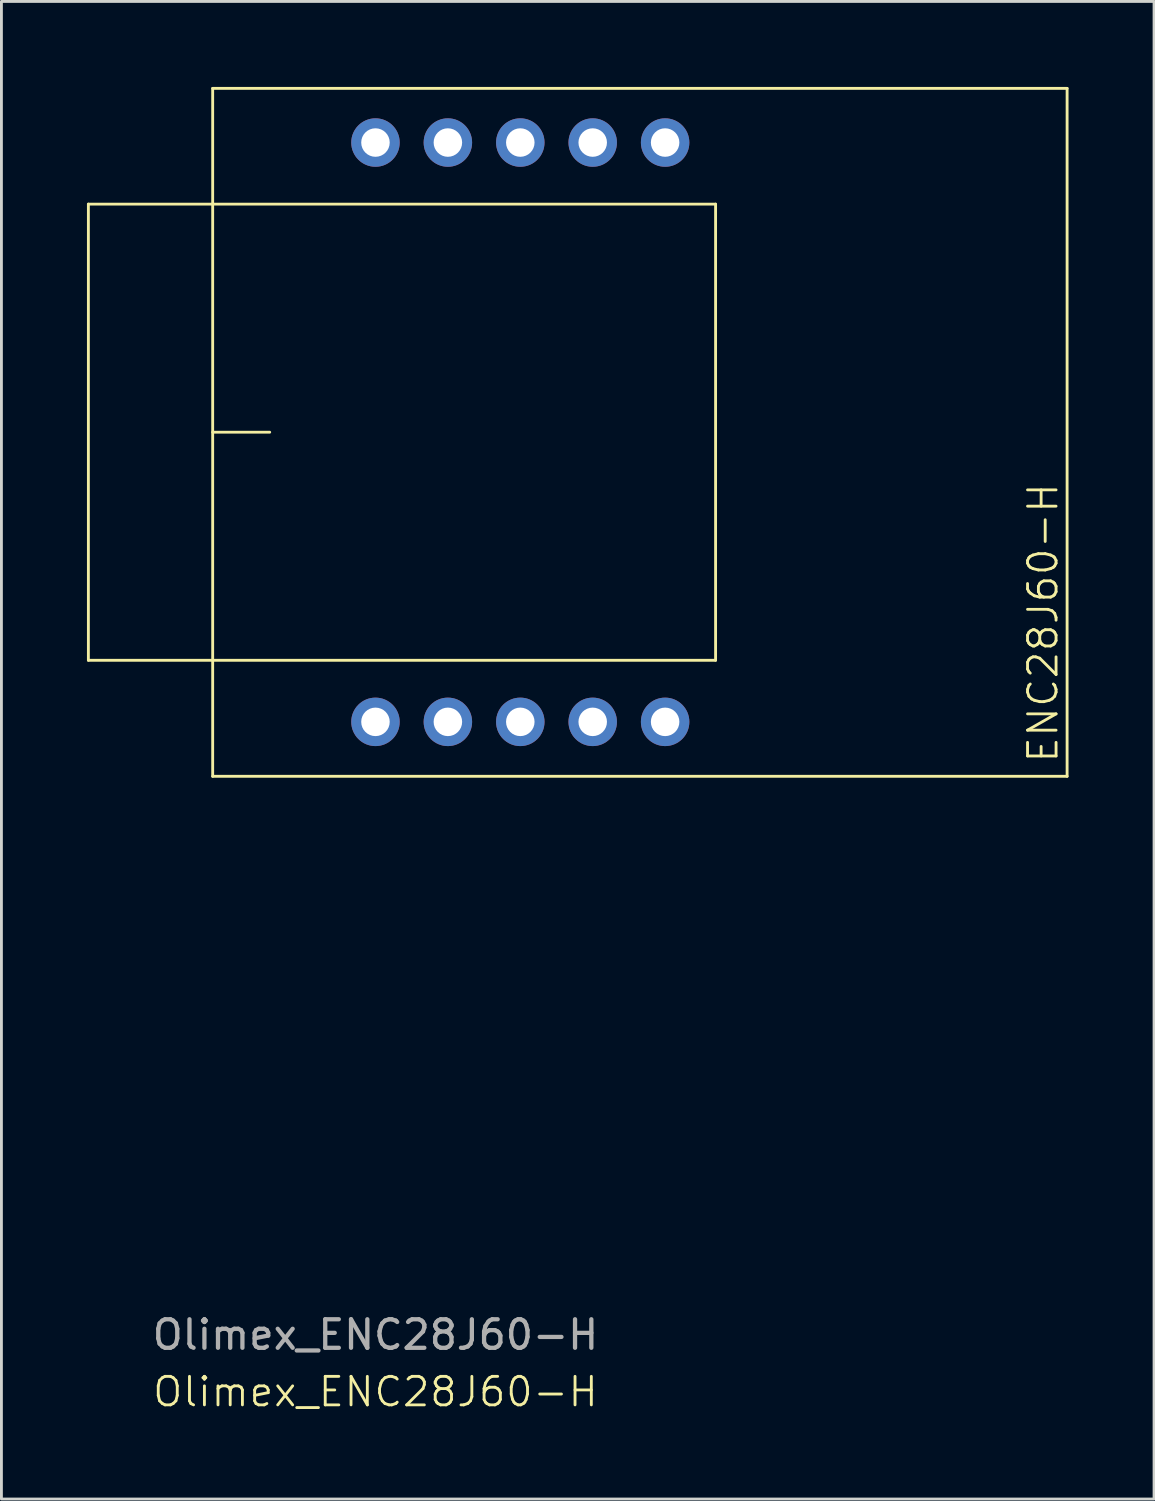
<source format=kicad_pcb>
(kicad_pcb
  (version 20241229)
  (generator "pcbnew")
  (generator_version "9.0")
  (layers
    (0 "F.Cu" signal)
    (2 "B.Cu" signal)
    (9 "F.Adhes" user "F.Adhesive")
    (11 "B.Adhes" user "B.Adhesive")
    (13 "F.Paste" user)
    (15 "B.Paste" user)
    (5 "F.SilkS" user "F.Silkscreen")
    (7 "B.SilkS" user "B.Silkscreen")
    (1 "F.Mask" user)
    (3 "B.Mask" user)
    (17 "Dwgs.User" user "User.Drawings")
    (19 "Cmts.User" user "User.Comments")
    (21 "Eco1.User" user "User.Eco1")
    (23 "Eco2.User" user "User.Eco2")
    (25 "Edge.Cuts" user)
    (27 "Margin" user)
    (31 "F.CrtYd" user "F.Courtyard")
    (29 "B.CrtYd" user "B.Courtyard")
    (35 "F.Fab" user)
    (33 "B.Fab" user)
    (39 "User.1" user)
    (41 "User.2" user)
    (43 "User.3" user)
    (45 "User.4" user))
  (footprint "Olimex_ENC28J60-H"
    (layer "F.Cu")
    (at 10.12 22.27)
    (property "Reference" "Olimex_ENC28J60-H" (at 0 23.5 0) (unlocked yes) (layer "F.SilkS") (effects (font (size 1 1) (thickness 0.1))))
    (attr through_hole)
    (fp_line (start -10.07 -18.16) (end 11.93 -18.16) (stroke (width 0.1) (type default)) (layer "F.SilkS"))
    (fp_line (start -10.07 -2.16) (end -10.07 -18.16) (stroke (width 0.1) (type default)) (layer "F.SilkS"))
    (fp_line (start -10.07 -2.16) (end 11.93 -2.16) (stroke (width 0.1) (type default)) (layer "F.SilkS"))
    (fp_line (start -5.71 -22.22) (end -5.71 1.91) (stroke (width 0.1) (type default)) (layer "F.SilkS"))
    (fp_line (start -5.71 -10.16) (end -3.71 -10.16) (stroke (width 0.1) (type default)) (layer "F.SilkS"))
    (fp_line (start -5.71 1.91) (end 24.26 1.91) (stroke (width 0.1) (type default)) (layer "F.SilkS"))
    (fp_line (start 11.93 -18.16) (end 11.93 -2.16) (stroke (width 0.1) (type default)) (layer "F.SilkS"))
    (fp_line (start 24.26 -22.22) (end -5.71 -22.22) (stroke (width 0.1) (type default)) (layer "F.SilkS"))
    (fp_line (start 24.26 1.91) (end 24.26 -22.22) (stroke (width 0.1) (type default)) (layer "F.SilkS"))
    (fp_text user "ENC28J60-H" (at 24 1.5 90) (unlocked yes) (layer "F.SilkS") (effects (font (size 1 1) (thickness 0.1)) (justify left bottom)))
    (fp_text user "${REFERENCE}" (at 0 21.5 0) (unlocked yes) (layer "F.Fab") (effects (font (size 1 1) (thickness 0.15))))
    (pad "1" thru_hole circle (at 0 0) (size 1.7 1.7) (drill 1) (layers "*.Cu" "*.Mask"))
    (pad "2" thru_hole circle (at 2.54 0) (size 1.7 1.7) (drill 1) (layers "*.Cu" "*.Mask"))
    (pad "3" thru_hole circle (at 5.08 0) (size 1.7 1.7) (drill 1) (layers "*.Cu" "*.Mask"))
    (pad "4" thru_hole circle (at 7.62 0) (size 1.7 1.7) (drill 1) (layers "*.Cu" "*.Mask"))
    (pad "5" thru_hole circle (at 10.16 0) (size 1.7 1.7) (drill 1) (layers "*.Cu" "*.Mask"))
    (pad "6" thru_hole circle (at 10.16 -20.32) (size 1.7 1.7) (drill 1) (layers "*.Cu" "*.Mask"))
    (pad "7" thru_hole circle (at 7.62 -20.32) (size 1.7 1.7) (drill 1) (layers "*.Cu" "*.Mask"))
    (pad "8" thru_hole circle (at 5.08 -20.32) (size 1.7 1.7) (drill 1) (layers "*.Cu" "*.Mask"))
    (pad "9" thru_hole circle (at 2.54 -20.32) (size 1.7 1.7) (drill 1) (layers "*.Cu" "*.Mask"))
    (pad "10" thru_hole circle (at 0 -20.32) (size 1.7 1.7) (drill 1) (layers "*.Cu" "*.Mask")))
  (gr_rect
    (start -3 -3)
    (end 37.43 49.531)
    (stroke (width 0.1) (type default))
    (fill no)
    (layer "Edge.Cuts")))
</source>
